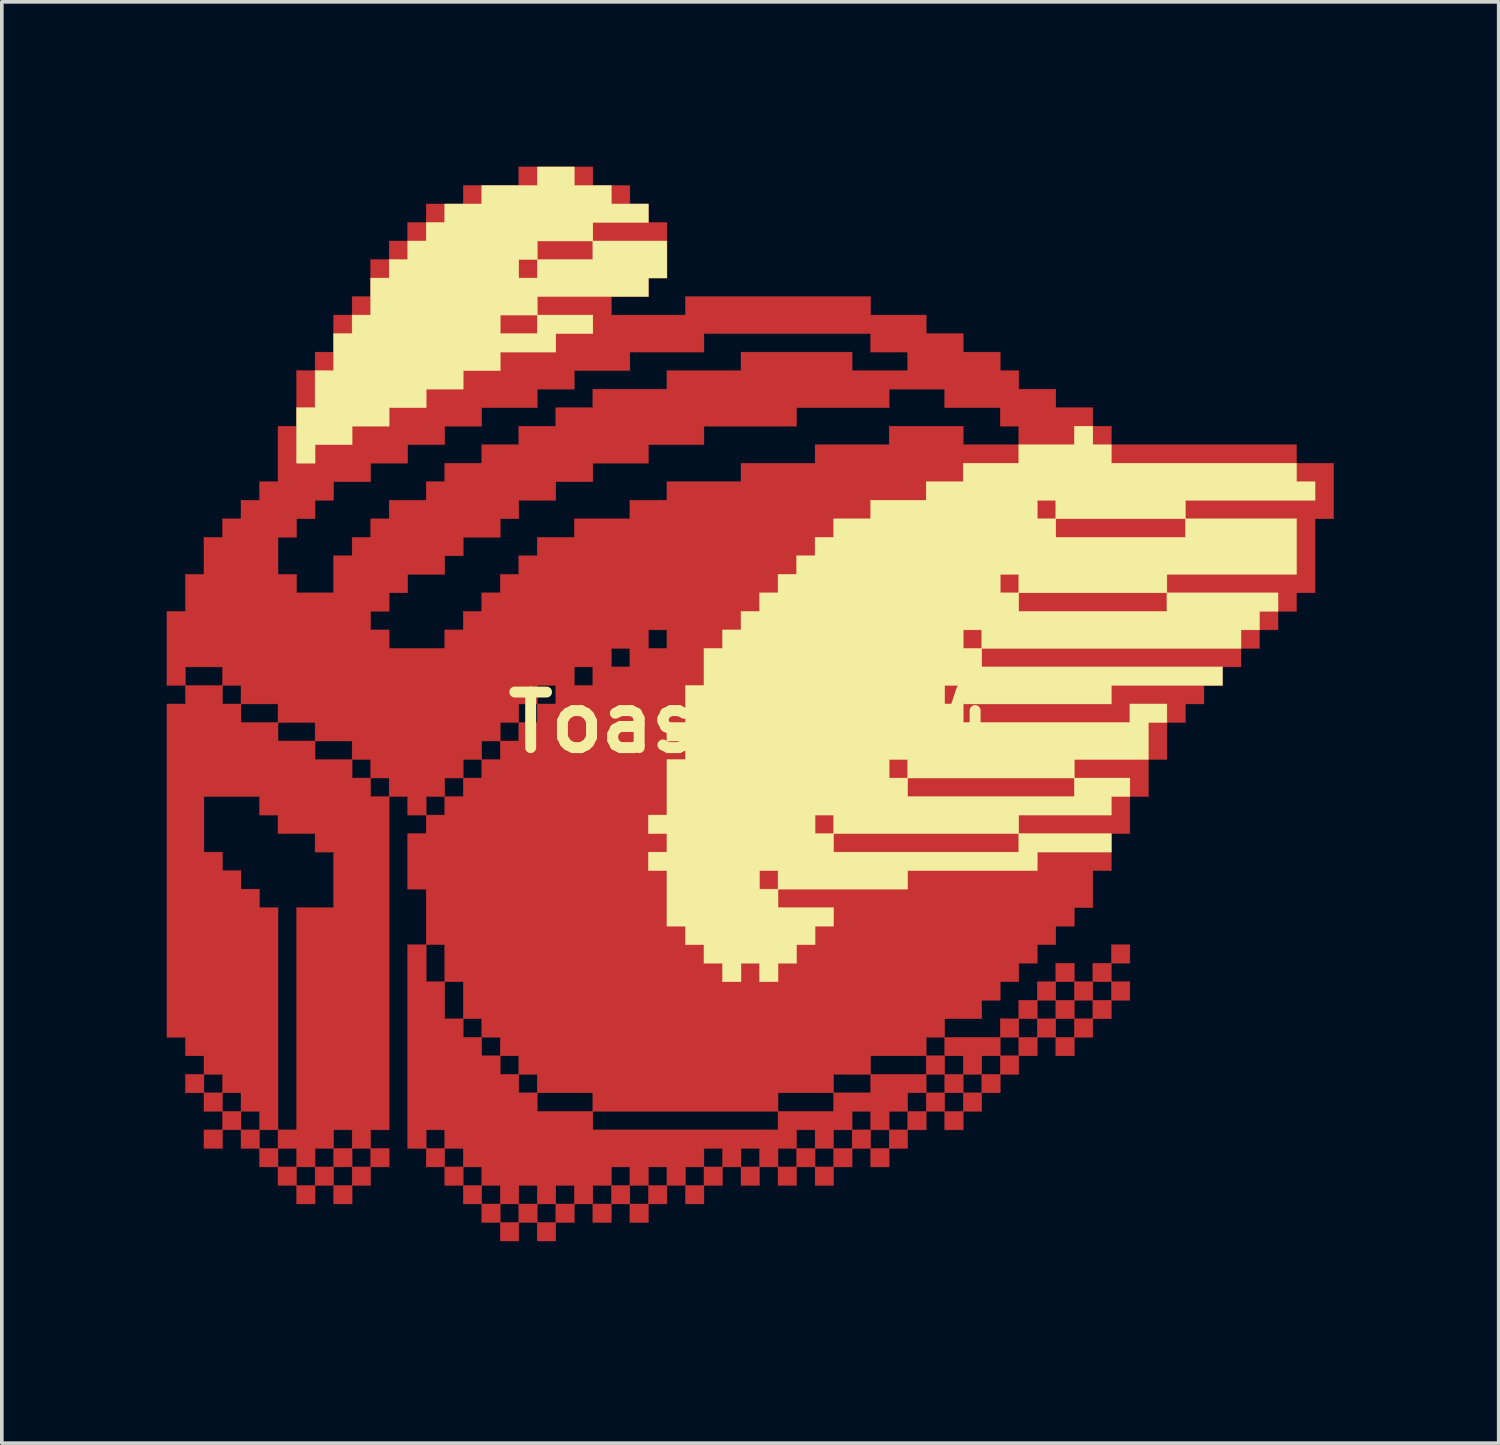
<source format=kicad_pcb>
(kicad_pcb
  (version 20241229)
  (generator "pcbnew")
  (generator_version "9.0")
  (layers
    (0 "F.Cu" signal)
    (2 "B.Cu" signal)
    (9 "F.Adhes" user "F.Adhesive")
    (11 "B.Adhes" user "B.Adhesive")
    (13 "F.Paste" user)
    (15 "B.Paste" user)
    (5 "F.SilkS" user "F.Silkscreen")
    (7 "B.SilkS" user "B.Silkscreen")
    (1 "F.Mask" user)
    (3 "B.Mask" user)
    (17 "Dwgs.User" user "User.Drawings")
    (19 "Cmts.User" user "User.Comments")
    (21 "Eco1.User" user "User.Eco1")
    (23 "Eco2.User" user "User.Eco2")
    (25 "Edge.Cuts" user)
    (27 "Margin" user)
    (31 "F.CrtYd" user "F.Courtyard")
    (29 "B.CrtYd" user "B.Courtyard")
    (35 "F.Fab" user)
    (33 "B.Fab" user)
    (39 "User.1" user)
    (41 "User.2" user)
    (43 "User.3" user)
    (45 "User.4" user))
  (footprint "Toasty_rev4"
    (layer "F.Cu")
    (at 17.531 16.769)
    (property "Reference" "Toasty_rev4" (at 0 0 0) (layer "F.SilkS") (effects (font (size 1.524 1.524) (thickness 0.3))))
    (attr through_hole)
    (fp_poly (pts (xy -15.494 10.16) (xy -15.494 9.652) (xy -14.986 9.652) (xy -14.986 10.16) (xy -15.494 10.16)) (stroke (width 0.01) (type solid)) (fill yes) (layer "F.Cu"))
    (fp_poly (pts (xy -14.986 10.668) (xy -14.986 10.16) (xy -14.478 10.16) (xy -14.478 10.668) (xy -14.986 10.668)) (stroke (width 0.01) (type solid)) (fill yes) (layer "F.Cu"))
    (fp_poly (pts (xy -14.478 10.668) (xy -13.97 10.668) (xy -13.97 11.176) (xy -14.478 11.176) (xy -14.478 10.668)) (stroke (width 0.01) (type solid)) (fill yes) (layer "F.Cu"))
    (fp_poly (pts (xy -14.478 11.684) (xy -14.986 11.684) (xy -14.986 11.176) (xy -14.478 11.176) (xy -14.478 11.684)) (stroke (width 0.01) (type solid)) (fill yes) (layer "F.Cu"))
    (fp_poly (pts (xy -10.922 12.192) (xy -11.43 12.192) (xy -11.43 11.684) (xy -10.922 11.684) (xy -10.922 12.192)) (stroke (width 0.01) (type solid)) (fill yes) (layer "F.Cu"))
    (fp_poly (pts (xy 1.27 12.192) (xy 1.27 11.684) (xy 1.778 11.684) (xy 1.778 12.192) (xy 1.27 12.192)) (stroke (width 0.01) (type solid)) (fill yes) (layer "F.Cu"))
    (fp_poly (pts (xy 1.27 12.7) (xy 0.762 12.7) (xy 0.762 12.192) (xy 1.27 12.192) (xy 1.27 12.7)) (stroke (width 0.01) (type solid)) (fill yes) (layer "F.Cu"))
    (fp_poly (pts (xy 2.286 12.7) (xy 1.778 12.7) (xy 1.778 12.192) (xy 2.286 12.192) (xy 2.286 12.7)) (stroke (width 0.01) (type solid)) (fill yes) (layer "F.Cu"))
    (fp_poly (pts (xy 2.794 11.684) (xy 2.794 11.176) (xy 3.302 11.176) (xy 3.302 11.684) (xy 2.794 11.684)) (stroke (width 0.01) (type solid)) (fill yes) (layer "F.Cu"))
    (fp_poly (pts (xy 2.794 12.192) (xy 2.286 12.192) (xy 2.286 11.684) (xy 2.794 11.684) (xy 2.794 12.192)) (stroke (width 0.01) (type solid)) (fill yes) (layer "F.Cu"))
    (fp_poly (pts (xy 3.81 12.192) (xy 3.302 12.192) (xy 3.302 11.684) (xy 3.81 11.684) (xy 3.81 12.192)) (stroke (width 0.01) (type solid)) (fill yes) (layer "F.Cu"))
    (fp_poly (pts (xy 4.318 11.684) (xy 3.81 11.684) (xy 3.81 11.176) (xy 4.318 11.176) (xy 4.318 11.684)) (stroke (width 0.01) (type solid)) (fill yes) (layer "F.Cu"))
    (fp_poly (pts (xy 4.826 9.652) (xy 4.826 9.144) (xy 5.334 9.144) (xy 5.334 9.652) (xy 4.826 9.652)) (stroke (width 0.01) (type solid)) (fill yes) (layer "F.Cu"))
    (fp_poly (pts (xy 4.826 10.668) (xy 4.826 10.16) (xy 5.334 10.16) (xy 5.334 10.668) (xy 4.826 10.668)) (stroke (width 0.01) (type solid)) (fill yes) (layer "F.Cu"))
    (fp_poly (pts (xy 4.826 11.176) (xy 4.318 11.176) (xy 4.318 10.668) (xy 4.826 10.668) (xy 4.826 11.176)) (stroke (width 0.01) (type solid)) (fill yes) (layer "F.Cu"))
    (fp_poly (pts (xy 5.842 9.652) (xy 5.842 10.16) (xy 5.334 10.16) (xy 5.334 9.652) (xy 5.842 9.652)) (stroke (width 0.01) (type solid)) (fill yes) (layer "F.Cu"))
    (fp_poly (pts (xy 5.842 11.176) (xy 5.334 11.176) (xy 5.334 10.668) (xy 5.842 10.668) (xy 5.842 11.176)) (stroke (width 0.01) (type solid)) (fill yes) (layer "F.Cu"))
    (fp_poly (pts (xy 6.35 10.668) (xy 5.842 10.668) (xy 5.842 10.16) (xy 6.35 10.16) (xy 6.35 10.668)) (stroke (width 0.01) (type solid)) (fill yes) (layer "F.Cu"))
    (fp_poly (pts (xy 6.858 10.16) (xy 6.35 10.16) (xy 6.35 9.652) (xy 6.858 9.652) (xy 6.858 10.16)) (stroke (width 0.01) (type solid)) (fill yes) (layer "F.Cu"))
    (fp_poly (pts (xy 7.366 8.636) (xy 6.858 8.636) (xy 6.858 8.128) (xy 7.366 8.128) (xy 7.366 8.636)) (stroke (width 0.01) (type solid)) (fill yes) (layer "F.Cu"))
    (fp_poly (pts (xy 7.366 9.652) (xy 6.858 9.652) (xy 6.858 9.144) (xy 7.366 9.144) (xy 7.366 9.652)) (stroke (width 0.01) (type solid)) (fill yes) (layer "F.Cu"))
    (fp_poly (pts (xy 7.874 8.128) (xy 7.366 8.128) (xy 7.366 7.62) (xy 7.874 7.62) (xy 7.874 8.128)) (stroke (width 0.01) (type solid)) (fill yes) (layer "F.Cu"))
    (fp_poly (pts (xy 7.874 8.636) (xy 7.874 8.128) (xy 8.382 8.128) (xy 8.382 8.636) (xy 7.874 8.636)) (stroke (width 0.01) (type solid)) (fill yes) (layer "F.Cu"))
    (fp_poly (pts (xy 7.874 9.144) (xy 7.366 9.144) (xy 7.366 8.636) (xy 7.874 8.636) (xy 7.874 9.144)) (stroke (width 0.01) (type solid)) (fill yes) (layer "F.Cu"))
    (fp_poly (pts (xy 8.382 7.112) (xy 8.382 6.604) (xy 8.89 6.604) (xy 8.89 7.112) (xy 8.382 7.112)) (stroke (width 0.01) (type solid)) (fill yes) (layer "F.Cu"))
    (fp_poly (pts (xy 8.382 7.62) (xy 7.874 7.62) (xy 7.874 7.112) (xy 8.382 7.112) (xy 8.382 7.62)) (stroke (width 0.01) (type solid)) (fill yes) (layer "F.Cu"))
    (fp_poly (pts (xy 8.89 8.128) (xy 8.382 8.128) (xy 8.382 7.62) (xy 8.89 7.62) (xy 8.89 8.128)) (stroke (width 0.01) (type solid)) (fill yes) (layer "F.Cu"))
    (fp_poly (pts (xy 8.89 9.144) (xy 8.382 9.144) (xy 8.382 8.636) (xy 8.89 8.636) (xy 8.89 9.144)) (stroke (width 0.01) (type solid)) (fill yes) (layer "F.Cu"))
    (fp_poly (pts (xy 9.398 7.62) (xy 8.89 7.62) (xy 8.89 7.112) (xy 9.398 7.112) (xy 9.398 7.62)) (stroke (width 0.01) (type solid)) (fill yes) (layer "F.Cu"))
    (fp_poly (pts (xy 9.398 8.636) (xy 8.89 8.636) (xy 8.89 8.128) (xy 9.398 8.128) (xy 9.398 8.636)) (stroke (width 0.01) (type solid)) (fill yes) (layer "F.Cu"))
    (fp_poly (pts (xy 9.906 6.096) (xy 10.414 6.096) (xy 10.414 6.604) (xy 9.906 6.604) (xy 9.906 6.096)) (stroke (width 0.01) (type solid)) (fill yes) (layer "F.Cu"))
    (fp_poly (pts (xy 9.906 7.112) (xy 9.398 7.112) (xy 9.398 6.604) (xy 9.906 6.604) (xy 9.906 7.112)) (stroke (width 0.01) (type solid)) (fill yes) (layer "F.Cu"))
    (fp_poly (pts (xy 9.906 7.112) (xy 10.414 7.112) (xy 10.414 7.62) (xy 9.906 7.62) (xy 9.906 7.112)) (stroke (width 0.01) (type solid)) (fill yes) (layer "F.Cu"))
    (fp_poly (pts (xy 9.906 8.128) (xy 9.398 8.128) (xy 9.398 7.62) (xy 9.906 7.62) (xy 9.906 8.128)) (stroke (width 0.01) (type solid)) (fill yes) (layer "F.Cu"))
    (fp_poly (pts (xy 6.858 9.144) (xy 6.35 9.144) (xy 6.35 9.652) (xy 5.842 9.652) (xy 5.842 9.144) (xy 5.334 9.144) (xy 5.334 8.636) (xy 6.858 8.636) (xy 6.858 9.144)) (stroke (width 0.01) (type solid)) (fill yes) (layer "F.Cu"))
    (fp_poly (pts (xy 0.254 12.192) (xy 0.254 12.7) (xy -0.254 12.7) (xy -0.254 12.192) (xy -0.762 12.192) (xy -0.762 12.7) (xy -1.27 12.7) (xy -1.27 13.208) (xy -1.778 13.208) (xy -1.778 12.7) (xy -2.286 12.7) (xy -2.286 13.208) (xy -2.794 13.208) (xy -2.794 13.716) (xy -3.302 13.716) (xy -3.302 13.208) (xy -3.81 13.208) (xy -3.81 13.716) (xy -4.318 13.716) (xy -4.318 13.208) (xy -4.826 13.208) (xy -4.826 13.716) (xy -5.334 13.716) (xy -5.334 14.224) (xy -5.842 14.224) (xy -5.842 13.716) (xy -6.35 13.716) (xy -6.35 14.224) (xy -6.858 14.224) (xy -6.858 13.716) (xy -7.366 13.716) (xy -7.366 13.208) (xy -7.874 13.208) (xy -7.874 12.7) (xy -8.382 12.7) (xy -8.382 12.192) (xy -8.89 12.192) (xy -8.89 11.684) (xy -9.398 11.684) (xy -9.398 11.176) (xy -8.89 11.176) (xy -8.89 11.684) (xy -8.382 11.684) (xy -8.382 12.192) (xy -7.874 12.192) (xy -7.874 12.7) (xy -7.366 12.7) (xy -7.366 13.208) (xy -6.858 13.208) (xy -6.858 13.716) (xy -6.35 13.716) (xy -6.35 13.208) (xy -6.858 13.208) (xy -6.858 12.7) (xy -6.35 12.7) (xy -6.35 13.208) (xy -5.842 13.208) (xy -5.842 13.716) (xy -5.334 13.716) (xy -5.334 13.208) (xy -5.842 13.208) (xy -5.842 12.7) (xy -5.334 12.7) (xy -5.334 13.208) (xy -4.826 13.208) (xy -4.826 12.7) (xy -4.318 12.7) (xy -4.318 13.208) (xy -3.81 13.208) (xy -3.81 12.7) (xy -4.318 12.7) (xy -4.826 12.7) (xy -5.334 12.7) (xy -5.842 12.7) (xy -6.35 12.7) (xy -6.858 12.7) (xy -7.366 12.7) (xy -7.366 12.192) (xy -3.81 12.192) (xy -3.81 12.7) (xy -3.302 12.7) (xy -3.302 13.208) (xy -2.794 13.208) (xy -2.794 12.7) (xy -3.302 12.7) (xy -3.302 12.192) (xy -2.794 12.192) (xy -2.794 12.7) (xy -2.286 12.7) (xy -2.286 12.192) (xy -1.778 12.192) (xy -1.778 12.7) (xy -1.27 12.7) (xy -1.27 12.192) (xy -1.778 12.192) (xy -2.286 12.192) (xy -2.794 12.192) (xy -3.302 12.192) (xy -3.81 12.192) (xy -7.366 12.192) (xy -7.874 12.192) (xy -7.874 11.684) (xy -1.27 11.684) (xy -1.27 12.192) (xy -0.762 12.192) (xy -0.762 11.684) (xy -0.254 11.684) (xy -0.254 12.192) (xy 0.254 12.192) (xy 0.254 11.684) (xy -0.254 11.684) (xy -0.762 11.684) (xy -1.27 11.684) (xy -7.874 11.684) (xy -8.382 11.684) (xy -8.382 11.176) (xy -8.89 11.176) (xy -9.398 11.176) (xy -9.398 6.096) (xy -8.89 6.096) (xy -8.89 7.112) (xy -8.382 7.112) (xy -8.382 8.128) (xy -7.874 8.128) (xy -7.874 8.636) (xy -7.366 8.636) (xy -7.366 9.144) (xy -6.858 9.144) (xy -6.858 9.652) (xy -6.35 9.652) (xy -6.35 10.16) (xy -5.842 10.16) (xy -5.842 10.668) (xy -4.318 10.668) (xy -4.318 11.176) (xy 0.762 11.176) (xy 0.762 10.668) (xy 2.286 10.668) (xy 2.286 10.16) (xy 3.302 10.16) (xy 3.302 9.652) (xy 4.826 9.652) (xy 4.826 10.16) (xy 4.318 10.16) (xy 4.318 10.668) (xy 3.81 10.668) (xy 3.81 11.176) (xy 3.302 11.176) (xy 3.302 10.668) (xy 2.794 10.668) (xy 2.794 11.176) (xy 2.286 11.176) (xy 2.286 11.684) (xy 1.778 11.684) (xy 1.778 11.176) (xy 1.27 11.176) (xy 1.27 11.684) (xy 0.762 11.684) (xy 0.762 12.192) (xy 0.254 12.192)) (stroke (width 0.01) (type solid)) (fill yes) (layer "F.Cu"))
    (fp_poly (pts (xy 4.826 8.636) (xy 4.826 9.144) (xy 3.302 9.144) (xy 3.302 9.652) (xy 2.286 9.652) (xy 2.286 10.16) (xy 0.762 10.16) (xy 0.762 10.668) (xy -4.318 10.668) (xy -4.318 10.16) (xy -5.842 10.16) (xy -5.842 9.652) (xy -6.35 9.652) (xy -6.35 9.144) (xy -6.858 9.144) (xy -6.858 8.636) (xy -7.366 8.636) (xy -7.366 8.128) (xy -7.874 8.128) (xy -7.874 7.112) (xy -8.382 7.112) (xy -8.382 6.096) (xy -8.89 6.096) (xy -8.89 4.572) (xy -9.398 4.572) (xy -9.398 3.048) (xy -8.89 3.048) (xy -8.89 2.54) (xy -9.398 2.54) (xy -9.398 2.032) (xy -8.89 2.032) (xy -8.89 2.54) (xy -8.382 2.54) (xy -8.382 2.032) (xy -8.89 2.032) (xy -9.398 2.032) (xy -9.906 2.032) (xy -9.906 11.176) (xy -10.414 11.176) (xy -10.414 11.684) (xy -9.906 11.684) (xy -9.906 12.192) (xy -10.414 12.192) (xy -10.414 12.7) (xy -10.922 12.7) (xy -10.922 13.208) (xy -11.43 13.208) (xy -11.43 12.7) (xy -11.938 12.7) (xy -11.938 13.208) (xy -12.446 13.208) (xy -12.446 12.7) (xy -12.954 12.7) (xy -12.954 12.192) (xy -13.462 12.192) (xy -13.462 11.684) (xy -13.97 11.684) (xy -13.97 11.176) (xy -13.462 11.176) (xy -13.462 11.684) (xy -12.954 11.684) (xy -12.954 12.192) (xy -12.446 12.192) (xy -12.446 12.7) (xy -11.938 12.7) (xy -11.938 12.192) (xy -12.446 12.192) (xy -12.446 11.684) (xy -11.938 11.684) (xy -11.938 12.192) (xy -11.43 12.192) (xy -11.43 12.7) (xy -10.922 12.7) (xy -10.922 12.192) (xy -10.414 12.192) (xy -10.414 11.684) (xy -10.922 11.684) (xy -10.922 11.176) (xy -11.43 11.176) (xy -11.43 11.684) (xy -11.938 11.684) (xy -12.446 11.684) (xy -12.954 11.684) (xy -12.954 11.176) (xy -13.462 11.176) (xy -13.462 10.668) (xy -13.97 10.668) (xy -13.97 10.16) (xy -14.478 10.16) (xy -14.478 9.652) (xy -14.986 9.652) (xy -14.986 9.144) (xy -15.494 9.144) (xy -15.494 8.636) (xy -16.002 8.636) (xy -16.002 2.032) (xy -14.986 2.032) (xy -14.986 3.556) (xy -14.478 3.556) (xy -14.478 4.064) (xy -13.97 4.064) (xy -13.97 4.572) (xy -13.462 4.572) (xy -13.462 5.08) (xy -12.954 5.08) (xy -12.954 11.176) (xy -12.446 11.176) (xy -12.446 5.08) (xy -11.43 5.08) (xy -11.43 3.556) (xy -11.938 3.556) (xy -11.938 3.048) (xy -12.954 3.048) (xy -12.954 2.54) (xy -13.462 2.54) (xy -13.462 2.032) (xy -10.414 2.032) (xy -9.906 2.032) (xy -9.906 1.524) (xy -8.382 1.524) (xy -8.382 2.032) (xy -7.874 2.032) (xy -7.874 1.524) (xy -8.382 1.524) (xy -9.906 1.524) (xy -10.414 1.524) (xy -10.414 2.032) (xy -13.462 2.032) (xy -14.986 2.032) (xy -16.002 2.032) (xy -16.002 -0.508) (xy -15.494 -0.508) (xy -15.494 -1.016) (xy -16.002 -1.016) (xy -16.002 -1.524) (xy -15.494 -1.524) (xy -15.494 -1.016) (xy -14.478 -1.016) (xy -14.478 -0.508) (xy -13.97 -0.508) (xy -13.97 0) (xy -12.954 0) (xy -12.954 0.508) (xy -11.938 0.508) (xy -11.938 1.016) (xy -10.922 1.016) (xy -10.922 1.524) (xy -10.414 1.524) (xy -10.414 1.016) (xy -7.874 1.016) (xy -7.874 1.524) (xy -7.366 1.524) (xy -7.366 1.016) (xy -7.874 1.016) (xy -10.414 1.016) (xy -10.922 1.016) (xy -10.922 0.508) (xy -7.366 0.508) (xy -7.366 1.016) (xy -6.858 1.016) (xy -6.858 0.508) (xy -7.366 0.508) (xy -10.922 0.508) (xy -11.938 0.508) (xy -11.938 0) (xy -6.858 0) (xy -6.858 0.508) (xy -6.35 0.508) (xy -6.35 0) (xy -6.858 0) (xy -11.938 0) (xy -12.954 0) (xy -12.954 -0.508) (xy -6.35 -0.508) (xy -6.35 0) (xy -5.842 0) (xy -5.842 -0.508) (xy -6.35 -0.508) (xy -12.954 -0.508) (xy -13.97 -0.508) (xy -13.97 -1.016) (xy -5.842 -1.016) (xy -5.842 -0.508) (xy -5.334 -0.508) (xy -5.334 -1.016) (xy -5.842 -1.016) (xy -13.97 -1.016) (xy -14.478 -1.016) (xy -14.478 -1.524) (xy -4.826 -1.524) (xy -4.826 -1.016) (xy -4.318 -1.016) (xy -4.318 -1.524) (xy -4.826 -1.524) (xy -14.478 -1.524) (xy -15.494 -1.524) (xy -16.002 -1.524) (xy -16.002 -3.048) (xy -15.494 -3.048) (xy -10.414 -3.048) (xy -10.414 -2.54) (xy -9.906 -2.54) (xy -9.906 -2.032) (xy -8.382 -2.032) (xy -3.81 -2.032) (xy -3.81 -1.524) (xy -3.302 -1.524) (xy -3.302 -2.032) (xy -3.81 -2.032) (xy -8.382 -2.032) (xy -8.382 -2.54) (xy -7.874 -2.54) (xy -2.794 -2.54) (xy -2.794 -2.032) (xy -2.286 -2.032) (xy -2.286 -2.54) (xy -2.794 -2.54) (xy -7.874 -2.54) (xy -7.874 -3.048) (xy -7.366 -3.048) (xy -7.366 -3.556) (xy -6.858 -3.556) (xy -6.858 -4.064) (xy -6.35 -4.064) (xy -6.35 -4.572) (xy -5.842 -4.572) (xy -5.842 -5.08) (xy -4.826 -5.08) (xy -4.826 -5.588) (xy -3.302 -5.588) (xy -3.302 -6.096) (xy -2.286 -6.096) (xy -2.286 -6.604) (xy -0.254 -6.604) (xy -0.254 -7.112) (xy 1.778 -7.112) (xy 1.778 -7.62) (xy 3.81 -7.62) (xy 3.81 -8.128) (xy 5.842 -8.128) (xy 5.842 -7.62) (xy 7.366 -7.62) (xy 7.366 -8.128) (xy 6.858 -8.128) (xy 6.858 -8.636) (xy 5.334 -8.636) (xy 5.334 -9.144) (xy 3.81 -9.144) (xy 3.81 -8.636) (xy 1.27 -8.636) (xy 1.27 -8.128) (xy -1.27 -8.128) (xy -1.27 -7.62) (xy -2.794 -7.62) (xy -2.794 -7.112) (xy -4.318 -7.112) (xy -4.318 -6.604) (xy -5.334 -6.604) (xy -5.334 -6.096) (xy -6.35 -6.096) (xy -6.35 -5.588) (xy -6.858 -5.588) (xy -6.858 -5.08) (xy -7.874 -5.08) (xy -7.874 -4.572) (xy -8.382 -4.572) (xy -8.382 -4.064) (xy -9.398 -4.064) (xy -9.398 -3.556) (xy -9.906 -3.556) (xy -9.906 -3.048) (xy -10.414 -3.048) (xy -15.494 -3.048) (xy -15.494 -4.064) (xy -14.986 -4.064) (xy -14.986 -5.08) (xy -14.478 -5.08) (xy -12.954 -5.08) (xy -12.954 -4.064) (xy -12.446 -4.064) (xy -12.446 -3.556) (xy -11.43 -3.556) (xy -11.43 -4.572) (xy -10.922 -4.572) (xy -10.922 -5.08) (xy -10.414 -5.08) (xy -10.414 -5.588) (xy -9.906 -5.588) (xy -9.906 -6.096) (xy -8.89 -6.096) (xy -8.89 -6.604) (xy -8.382 -6.604) (xy -8.382 -7.112) (xy -7.366 -7.112) (xy -7.366 -7.62) (xy -6.35 -7.62) (xy -6.35 -8.128) (xy -5.334 -8.128) (xy -5.334 -8.636) (xy -4.318 -8.636) (xy -4.318 -9.144) (xy -2.286 -9.144) (xy -2.286 -9.652) (xy -0.254 -9.652) (xy -0.254 -10.16) (xy 2.794 -10.16) (xy 2.794 -9.652) (xy 4.318 -9.652) (xy 4.318 -10.16) (xy 3.302 -10.16) (xy 3.302 -10.668) (xy -1.27 -10.668) (xy -1.27 -10.16) (xy -3.302 -10.16) (xy -3.302 -9.652) (xy -4.826 -9.652) (xy -4.826 -9.144) (xy -5.842 -9.144) (xy -5.842 -8.636) (xy -7.366 -8.636) (xy -7.366 -8.128) (xy -8.382 -8.128) (xy -8.382 -7.62) (xy -9.398 -7.62) (xy -9.398 -7.112) (xy -10.414 -7.112) (xy -10.414 -6.604) (xy -11.43 -6.604) (xy -11.43 -6.096) (xy -11.938 -6.096) (xy -11.938 -5.588) (xy -12.446 -5.588) (xy -12.446 -5.08) (xy -12.954 -5.08) (xy -14.478 -5.08) (xy -14.478 -5.588) (xy -13.97 -5.588) (xy -13.97 -6.096) (xy -13.462 -6.096) (xy -13.462 -6.604) (xy -12.954 -6.604) (xy -12.954 -8.128) (xy -12.446 -8.128) (xy -12.446 -9.652) (xy -11.938 -9.652) (xy -11.938 -10.16) (xy -11.43 -10.16) (xy -11.43 -11.176) (xy -10.922 -11.176) (xy -10.922 -11.684) (xy -10.414 -11.684) (xy -10.414 -12.7) (xy -9.906 -12.7) (xy -9.906 -13.208) (xy -9.398 -13.208) (xy -9.398 -13.716) (xy -8.89 -13.716) (xy -8.89 -14.224) (xy -7.874 -14.224) (xy -7.874 -14.732) (xy -6.35 -14.732) (xy -6.35 -15.24) (xy -4.318 -15.24) (xy -4.318 -14.732) (xy -3.302 -14.732) (xy -3.302 -14.224) (xy -2.794 -14.224) (xy -2.794 -13.716) (xy -2.286 -13.716) (xy -2.286 -12.192) (xy -2.794 -12.192) (xy -2.794 -11.684) (xy -3.81 -11.684) (xy -3.81 -11.176) (xy -1.778 -11.176) (xy -1.778 -11.684) (xy 3.302 -11.684) (xy 3.302 -11.176) (xy 4.826 -11.176) (xy 4.826 -10.668) (xy 5.842 -10.668) (xy 5.842 -10.16) (xy 6.858 -10.16) (xy 6.858 -9.652) (xy 7.366 -9.652) (xy 7.366 -9.144) (xy 8.382 -9.144) (xy 8.382 -8.636) (xy 9.398 -8.636) (xy 9.398 -8.128) (xy 9.906 -8.128) (xy 9.906 -7.62) (xy 14.986 -7.62) (xy 14.986 -7.112) (xy 16.002 -7.112) (xy 16.002 -5.588) (xy 15.494 -5.588) (xy 15.494 -3.556) (xy 14.986 -3.556) (xy 14.986 -3.048) (xy 14.478 -3.048) (xy 14.478 -2.54) (xy 13.97 -2.54) (xy 13.97 -2.032) (xy 13.462 -2.032) (xy 13.462 -1.524) (xy 12.954 -1.524) (xy 12.954 -1.016) (xy 12.446 -1.016) (xy 12.446 -0.508) (xy 11.938 -0.508) (xy 11.938 0) (xy 11.43 0) (xy 11.43 1.016) (xy 10.922 1.016) (xy 10.922 2.032) (xy 10.414 2.032) (xy 10.414 3.048) (xy 9.906 3.048) (xy 9.906 4.064) (xy 9.398 4.064) (xy 9.398 5.08) (xy 8.89 5.08) (xy 8.89 5.588) (xy 8.382 5.588) (xy 8.382 6.096) (xy 7.874 6.096) (xy 7.874 6.604) (xy 7.366 6.604) (xy 7.366 7.112) (xy 6.858 7.112) (xy 6.858 7.62) (xy 6.35 7.62) (xy 6.35 8.128) (xy 5.334 8.128) (xy 5.334 8.636) (xy 4.826 8.636)) (stroke (width 0.01) (type solid)) (fill yes) (layer "F.Cu"))
    (fp_poly (pts (xy -15.494 -1.016) (xy -15.494 -1.524) (xy -14.478 -1.524) (xy -14.478 -1.016) (xy -15.494 -1.016)) (stroke (width 0.01) (type solid)) (fill yes) (layer "F.Mask"))
    (fp_poly (pts (xy -14.986 10.16) (xy -14.986 9.652) (xy -14.478 9.652) (xy -14.478 10.16) (xy -14.986 10.16)) (stroke (width 0.01) (type solid)) (fill yes) (layer "F.Mask"))
    (fp_poly (pts (xy -14.478 -0.508) (xy -14.478 -1.016) (xy -13.97 -1.016) (xy -13.97 -0.508) (xy -14.478 -0.508)) (stroke (width 0.01) (type solid)) (fill yes) (layer "F.Mask"))
    (fp_poly (pts (xy -13.97 0) (xy -13.97 -0.508) (xy -12.954 -0.508) (xy -12.954 0) (xy -13.97 0)) (stroke (width 0.01) (type solid)) (fill yes) (layer "F.Mask"))
    (fp_poly (pts (xy -13.97 10.16) (xy -13.97 10.668) (xy -14.478 10.668) (xy -14.478 10.16) (xy -13.97 10.16)) (stroke (width 0.01) (type solid)) (fill yes) (layer "F.Mask"))
    (fp_poly (pts (xy -12.954 0.508) (xy -12.954 0) (xy -11.938 0) (xy -11.938 0.508) (xy -12.954 0.508)) (stroke (width 0.01) (type solid)) (fill yes) (layer "F.Mask"))
    (fp_poly (pts (xy -12.954 12.192) (xy -12.954 11.684) (xy -12.446 11.684) (xy -12.446 12.192) (xy -12.954 12.192)) (stroke (width 0.01) (type solid)) (fill yes) (layer "F.Mask"))
    (fp_poly (pts (xy -11.938 1.016) (xy -11.938 0.508) (xy -10.922 0.508) (xy -10.922 1.016) (xy -11.938 1.016)) (stroke (width 0.01) (type solid)) (fill yes) (layer "F.Mask"))
    (fp_poly (pts (xy -11.938 12.7) (xy -12.446 12.7) (xy -12.446 12.192) (xy -11.938 12.192) (xy -11.938 12.7)) (stroke (width 0.01) (type solid)) (fill yes) (layer "F.Mask"))
    (fp_poly (pts (xy -11.43 11.176) (xy -10.922 11.176) (xy -10.922 11.684) (xy -11.43 11.684) (xy -11.43 11.176)) (stroke (width 0.01) (type solid)) (fill yes) (layer "F.Mask"))
    (fp_poly (pts (xy -11.43 12.192) (xy -11.938 12.192) (xy -11.938 11.684) (xy -11.43 11.684) (xy -11.43 12.192)) (stroke (width 0.01) (type solid)) (fill yes) (layer "F.Mask"))
    (fp_poly (pts (xy -10.922 1.524) (xy -10.922 1.016) (xy -10.414 1.016) (xy -10.414 1.524) (xy -10.922 1.524)) (stroke (width 0.01) (type solid)) (fill yes) (layer "F.Mask"))
    (fp_poly (pts (xy -10.922 11.684) (xy -10.414 11.684) (xy -10.414 12.192) (xy -10.922 12.192) (xy -10.922 11.684)) (stroke (width 0.01) (type solid)) (fill yes) (layer "F.Mask"))
    (fp_poly (pts (xy -10.922 12.7) (xy -11.43 12.7) (xy -11.43 12.192) (xy -10.922 12.192) (xy -10.922 12.7)) (stroke (width 0.01) (type solid)) (fill yes) (layer "F.Mask"))
    (fp_poly (pts (xy -9.906 1.524) (xy -9.906 2.032) (xy -10.414 2.032) (xy -10.414 1.524) (xy -9.906 1.524)) (stroke (width 0.01) (type solid)) (fill yes) (layer "F.Mask"))
    (fp_poly (pts (xy -8.89 11.684) (xy -8.89 11.176) (xy -8.382 11.176) (xy -8.382 11.684) (xy -8.89 11.684)) (stroke (width 0.01) (type solid)) (fill yes) (layer "F.Mask"))
    (fp_poly (pts (xy -8.382 5.588) (xy -7.874 5.588) (xy -7.874 6.096) (xy -8.382 6.096) (xy -8.382 5.588)) (stroke (width 0.01) (type solid)) (fill yes) (layer "F.Mask"))
    (fp_poly (pts (xy -8.382 7.112) (xy -8.89 7.112) (xy -8.89 6.096) (xy -8.382 6.096) (xy -8.382 7.112)) (stroke (width 0.01) (type solid)) (fill yes) (layer "F.Mask"))
    (fp_poly (pts (xy -8.382 12.192) (xy -8.382 11.684) (xy -7.874 11.684) (xy -7.874 12.192) (xy -8.382 12.192)) (stroke (width 0.01) (type solid)) (fill yes) (layer "F.Mask"))
    (fp_poly (pts (xy -7.874 7.112) (xy -7.874 6.096) (xy -7.366 6.096) (xy -7.366 7.112) (xy -7.874 7.112)) (stroke (width 0.01) (type solid)) (fill yes) (layer "F.Mask"))
    (fp_poly (pts (xy -7.874 7.112) (xy -7.874 8.128) (xy -8.382 8.128) (xy -8.382 7.112) (xy -7.874 7.112)) (stroke (width 0.01) (type solid)) (fill yes) (layer "F.Mask"))
    (fp_poly (pts (xy -7.874 12.7) (xy -7.874 12.192) (xy -7.366 12.192) (xy -7.366 12.7) (xy -7.874 12.7)) (stroke (width 0.01) (type solid)) (fill yes) (layer "F.Mask"))
    (fp_poly (pts (xy -7.366 8.128) (xy -7.366 8.636) (xy -7.874 8.636) (xy -7.874 8.128) (xy -7.366 8.128)) (stroke (width 0.01) (type solid)) (fill yes) (layer "F.Mask"))
    (fp_poly (pts (xy -7.366 13.208) (xy -7.366 12.7) (xy -6.858 12.7) (xy -6.858 13.208) (xy -7.366 13.208)) (stroke (width 0.01) (type solid)) (fill yes) (layer "F.Mask"))
    (fp_poly (pts (xy -6.858 7.112) (xy -6.858 7.62) (xy -7.366 7.62) (xy -7.366 7.112) (xy -6.858 7.112)) (stroke (width 0.01) (type solid)) (fill yes) (layer "F.Mask"))
    (fp_poly (pts (xy -6.35 13.208) (xy -6.35 12.7) (xy -5.842 12.7) (xy -5.842 13.208) (xy -6.35 13.208)) (stroke (width 0.01) (type solid)) (fill yes) (layer "F.Mask"))
    (fp_poly (pts (xy -6.35 13.716) (xy -6.858 13.716) (xy -6.858 13.208) (xy -6.35 13.208) (xy -6.35 13.716)) (stroke (width 0.01) (type solid)) (fill yes) (layer "F.Mask"))
    (fp_poly (pts (xy -5.334 12.7) (xy -4.826 12.7) (xy -4.826 13.208) (xy -5.334 13.208) (xy -5.334 12.7)) (stroke (width 0.01) (type solid)) (fill yes) (layer "F.Mask"))
    (fp_poly (pts (xy -5.334 13.716) (xy -5.842 13.716) (xy -5.842 13.208) (xy -5.334 13.208) (xy -5.334 13.716)) (stroke (width 0.01) (type solid)) (fill yes) (layer "F.Mask"))
    (fp_poly (pts (xy -3.81 12.7) (xy -3.81 12.192) (xy -3.302 12.192) (xy -3.302 12.7) (xy -3.81 12.7)) (stroke (width 0.01) (type solid)) (fill yes) (layer "F.Mask"))
    (fp_poly (pts (xy -3.81 13.208) (xy -4.318 13.208) (xy -4.318 12.7) (xy -3.81 12.7) (xy -3.81 13.208)) (stroke (width 0.01) (type solid)) (fill yes) (layer "F.Mask"))
    (fp_poly (pts (xy -2.794 0.508) (xy -2.286 0.508) (xy -2.286 1.016) (xy -2.794 1.016) (xy -2.794 0.508)) (stroke (width 0.01) (type solid)) (fill yes) (layer "F.Mask"))
    (fp_poly (pts (xy -2.794 1.524) (xy -2.286 1.524) (xy -2.286 2.032) (xy -2.794 2.032) (xy -2.794 1.524)) (stroke (width 0.01) (type solid)) (fill yes) (layer "F.Mask"))
    (fp_poly (pts (xy -2.794 12.192) (xy -2.286 12.192) (xy -2.286 12.7) (xy -2.794 12.7) (xy -2.794 12.192)) (stroke (width 0.01) (type solid)) (fill yes) (layer "F.Mask"))
    (fp_poly (pts (xy -2.794 13.208) (xy -3.302 13.208) (xy -3.302 12.7) (xy -2.794 12.7) (xy -2.794 13.208)) (stroke (width 0.01) (type solid)) (fill yes) (layer "F.Mask"))
    (fp_poly (pts (xy -1.27 11.684) (xy -0.762 11.684) (xy -0.762 12.192) (xy -1.27 12.192) (xy -1.27 11.684)) (stroke (width 0.01) (type solid)) (fill yes) (layer "F.Mask"))
    (fp_poly (pts (xy -1.27 12.7) (xy -1.778 12.7) (xy -1.778 12.192) (xy -1.27 12.192) (xy -1.27 12.7)) (stroke (width 0.01) (type solid)) (fill yes) (layer "F.Mask"))
    (fp_poly (pts (xy 0.254 12.192) (xy -0.254 12.192) (xy -0.254 11.684) (xy 0.254 11.684) (xy 0.254 12.192)) (stroke (width 0.01) (type solid)) (fill yes) (layer "F.Mask"))
    (fp_poly (pts (xy 1.27 11.176) (xy 1.778 11.176) (xy 1.778 11.684) (xy 1.27 11.684) (xy 1.27 11.176)) (stroke (width 0.01) (type solid)) (fill yes) (layer "F.Mask"))
    (fp_poly (pts (xy 1.27 12.192) (xy 0.762 12.192) (xy 0.762 11.684) (xy 1.27 11.684) (xy 1.27 12.192)) (stroke (width 0.01) (type solid)) (fill yes) (layer "F.Mask"))
    (fp_poly (pts (xy 2.286 11.176) (xy 2.794 11.176) (xy 2.794 11.684) (xy 2.286 11.684) (xy 2.286 11.176)) (stroke (width 0.01) (type solid)) (fill yes) (layer "F.Mask"))
    (fp_poly (pts (xy 2.286 11.684) (xy 2.286 12.192) (xy 1.778 12.192) (xy 1.778 11.684) (xy 2.286 11.684)) (stroke (width 0.01) (type solid)) (fill yes) (layer "F.Mask"))
    (fp_poly (pts (xy 2.794 6.604) (xy 2.794 6.096) (xy 3.302 6.096) (xy 3.302 6.604) (xy 2.794 6.604)) (stroke (width 0.01) (type solid)) (fill yes) (layer "F.Mask"))
    (fp_poly (pts (xy 2.794 10.668) (xy 3.302 10.668) (xy 3.302 11.176) (xy 2.794 11.176) (xy 2.794 10.668)) (stroke (width 0.01) (type solid)) (fill yes) (layer "F.Mask"))
    (fp_poly (pts (xy 3.81 10.668) (xy 4.318 10.668) (xy 4.318 11.176) (xy 3.81 11.176) (xy 3.81 10.668)) (stroke (width 0.01) (type solid)) (fill yes) (layer "F.Mask"))
    (fp_poly (pts (xy 3.81 11.176) (xy 3.81 11.684) (xy 3.302 11.684) (xy 3.302 11.176) (xy 3.81 11.176)) (stroke (width 0.01) (type solid)) (fill yes) (layer "F.Mask"))
    (fp_poly (pts (xy 4.318 10.16) (xy 4.826 10.16) (xy 4.826 10.668) (xy 4.318 10.668) (xy 4.318 10.16)) (stroke (width 0.01) (type solid)) (fill yes) (layer "F.Mask"))
    (fp_poly (pts (xy 5.334 5.588) (xy 5.842 5.588) (xy 5.842 6.096) (xy 5.334 6.096) (xy 5.334 5.588)) (stroke (width 0.01) (type solid)) (fill yes) (layer "F.Mask"))
    (fp_poly (pts (xy 6.35 6.604) (xy 5.842 6.604) (xy 5.842 6.096) (xy 6.35 6.096) (xy 6.35 6.604)) (stroke (width 0.01) (type solid)) (fill yes) (layer "F.Mask"))
    (fp_poly (pts (xy 6.35 9.144) (xy 6.858 9.144) (xy 6.858 9.652) (xy 6.35 9.652) (xy 6.35 9.144)) (stroke (width 0.01) (type solid)) (fill yes) (layer "F.Mask"))
    (fp_poly (pts (xy 6.858 8.636) (xy 7.366 8.636) (xy 7.366 9.144) (xy 6.858 9.144) (xy 6.858 8.636)) (stroke (width 0.01) (type solid)) (fill yes) (layer "F.Mask"))
    (fp_poly (pts (xy 7.366 8.128) (xy 7.874 8.128) (xy 7.874 8.636) (xy 7.366 8.636) (xy 7.366 8.128)) (stroke (width 0.01) (type solid)) (fill yes) (layer "F.Mask"))
    (fp_poly (pts (xy 7.874 4.064) (xy 8.382 4.064) (xy 8.382 4.572) (xy 7.874 4.572) (xy 7.874 4.064)) (stroke (width 0.01) (type solid)) (fill yes) (layer "F.Mask"))
    (fp_poly (pts (xy 7.874 5.08) (xy 7.366 5.08) (xy 7.366 4.572) (xy 7.874 4.572) (xy 7.874 5.08)) (stroke (width 0.01) (type solid)) (fill yes) (layer "F.Mask"))
    (fp_poly (pts (xy 8.89 5.08) (xy 8.382 5.08) (xy 8.382 4.572) (xy 8.89 4.572) (xy 8.89 5.08)) (stroke (width 0.01) (type solid)) (fill yes) (layer "F.Mask"))
    (fp_poly (pts (xy 9.398 7.112) (xy 9.906 7.112) (xy 9.906 7.62) (xy 9.398 7.62) (xy 9.398 7.112)) (stroke (width 0.01) (type solid)) (fill yes) (layer "F.Mask"))
    (fp_poly (pts (xy 4.826 9.652) (xy 5.334 9.652) (xy 5.334 10.16) (xy 5.842 10.16) (xy 5.842 9.652) (xy 5.334 9.652) (xy 5.334 9.144) (xy 5.842 9.144) (xy 5.842 9.652) (xy 6.35 9.652) (xy 6.35 10.16) (xy 5.842 10.16) (xy 5.842 10.668) (xy 5.334 10.668) (xy 5.334 10.16) (xy 4.826 10.16) (xy 4.826 9.652)) (stroke (width 0.01) (type solid)) (fill yes) (layer "F.Mask"))
    (fp_poly (pts (xy 9.398 8.128) (xy 8.89 8.128) (xy 8.89 8.636) (xy 8.382 8.636) (xy 8.382 8.128) (xy 7.874 8.128) (xy 7.874 7.62) (xy 8.382 7.62) (xy 8.382 8.128) (xy 8.89 8.128) (xy 8.89 7.62) (xy 8.382 7.62) (xy 8.382 7.112) (xy 8.89 7.112) (xy 8.89 7.62) (xy 9.398 7.62) (xy 9.398 8.128)) (stroke (width 0.01) (type solid)) (fill yes) (layer "F.Mask"))
    (fp_poly (pts (xy 5.334 6.604) (xy 4.826 6.604) (xy 4.826 7.112) (xy 4.318 7.112) (xy 4.318 7.62) (xy 3.81 7.62) (xy 3.81 7.112) (xy 3.302 7.112) (xy 3.302 6.604) (xy 3.81 6.604) (xy 3.81 7.112) (xy 4.318 7.112) (xy 4.318 6.604) (xy 3.81 6.604) (xy 3.81 6.096) (xy 4.318 6.096) (xy 4.318 6.604) (xy 4.826 6.604) (xy 4.826 6.096) (xy 4.318 6.096) (xy 4.318 5.588) (xy 4.826 5.588) (xy 4.826 6.096) (xy 5.334 6.096) (xy 5.334 6.604)) (stroke (width 0.01) (type solid)) (fill yes) (layer "F.Mask"))
    (fp_poly (pts (xy -13.462 11.684) (xy -13.462 11.176) (xy -13.97 11.176) (xy -13.97 10.668) (xy -13.462 10.668) (xy -13.462 11.176) (xy -12.954 11.176) (xy -12.954 10.668) (xy -13.462 10.668) (xy -13.462 4.572) (xy -13.97 4.572) (xy -13.97 4.064) (xy -14.478 4.064) (xy -14.478 3.556) (xy -14.986 3.556) (xy -14.986 1.524) (xy -14.478 1.524) (xy -14.478 1.016) (xy -13.462 1.016) (xy -13.462 1.524) (xy -12.954 1.524) (xy -12.954 2.032) (xy -11.938 2.032) (xy -11.938 2.54) (xy -10.922 2.54) (xy -10.922 4.064) (xy -11.43 4.064) (xy -11.43 5.08) (xy -12.446 5.08) (xy -12.446 11.176) (xy -12.954 11.176) (xy -12.954 11.684) (xy -13.462 11.684)) (stroke (width 0.01) (type solid)) (fill yes) (layer "F.Mask"))
    (fp_poly (pts (xy -2.794 1.524) (xy -3.302 1.524) (xy -3.302 2.032) (xy -2.794 2.032) (xy -2.794 2.54) (xy -3.302 2.54) (xy -3.302 3.048) (xy -2.794 3.048) (xy -2.794 3.556) (xy -3.302 3.556) (xy -3.302 4.064) (xy -2.794 4.064) (xy -2.794 4.572) (xy -2.286 4.572) (xy -2.286 5.08) (xy -2.794 5.08) (xy -2.794 5.588) (xy -2.286 5.588) (xy -2.286 6.096) (xy -1.778 6.096) (xy -1.778 6.604) (xy -1.27 6.604) (xy -1.27 7.112) (xy 1.27 7.112) (xy 1.27 6.604) (xy 1.778 6.604) (xy 1.778 7.112) (xy 2.286 7.112) (xy 2.286 6.604) (xy 1.778 6.604) (xy 1.778 6.096) (xy 2.286 6.096) (xy 2.286 6.604) (xy 2.794 6.604) (xy 2.794 7.112) (xy 3.302 7.112) (xy 3.302 7.62) (xy 3.81 7.62) (xy 3.81 8.128) (xy 4.318 8.128) (xy 4.318 7.62) (xy 4.826 7.62) (xy 4.826 7.112) (xy 5.334 7.112) (xy 5.334 6.604) (xy 5.842 6.604) (xy 5.842 7.112) (xy 6.35 7.112) (xy 6.35 6.604) (xy 6.858 6.604) (xy 6.858 6.096) (xy 6.35 6.096) (xy 6.35 5.588) (xy 5.842 5.588) (xy 5.842 5.08) (xy 5.334 5.08) (xy 5.334 5.588) (xy 4.826 5.588) (xy 4.826 5.08) (xy 4.318 5.08) (xy 4.318 5.588) (xy 3.81 5.588) (xy 3.81 6.096) (xy 3.302 6.096) (xy 3.302 5.588) (xy 2.794 5.588) (xy 2.794 6.096) (xy 2.286 6.096) (xy 2.286 5.588) (xy 2.794 5.588) (xy 2.794 5.08) (xy 3.302 5.08) (xy 3.302 5.588) (xy 3.81 5.588) (xy 3.81 5.08) (xy 4.318 5.08) (xy 4.318 4.572) (xy 4.826 4.572) (xy 4.826 5.08) (xy 5.334 5.08) (xy 5.334 4.572) (xy 5.842 4.572) (xy 5.842 5.08) (xy 6.35 5.08) (xy 6.35 5.588) (xy 6.858 5.588) (xy 6.858 5.08) (xy 6.35 5.08) (xy 6.35 4.572) (xy 6.858 4.572) (xy 6.858 5.08) (xy 7.366 5.08) (xy 7.366 5.588) (xy 6.858 5.588) (xy 6.858 6.096) (xy 7.366 6.096) (xy 7.366 6.604) (xy 6.858 6.604) (xy 6.858 7.112) (xy 6.35 7.112) (xy 6.35 7.62) (xy 5.842 7.62) (xy 5.842 7.112) (xy 5.334 7.112) (xy 5.334 7.62) (xy 4.826 7.62) (xy 4.826 8.128) (xy 4.318 8.128) (xy 4.318 8.636) (xy 3.81 8.636) (xy 3.81 8.128) (xy 3.302 8.128) (xy 3.302 8.636) (xy 2.794 8.636) (xy 2.794 9.144) (xy 2.286 9.144) (xy 2.286 9.652) (xy 1.27 9.652) (xy 1.27 10.16) (xy 2.286 10.16) (xy 2.286 10.668) (xy 0.762 10.668) (xy 0.762 11.176) (xy -4.318 11.176) (xy -4.318 10.668) (xy 0.762 10.668) (xy 0.762 10.16) (xy -4.318 10.16) (xy -4.318 10.668) (xy -5.842 10.668) (xy -5.842 10.16) (xy -6.35 10.16) (xy -6.35 9.652) (xy -6.858 9.652) (xy -6.858 9.144) (xy -7.366 9.144) (xy -7.366 8.636) (xy -6.858 8.636) (xy -6.858 9.144) (xy -6.35 9.144) (xy -6.35 9.652) (xy -5.842 9.652) (xy -5.842 10.16) (xy -4.318 10.16) (xy -4.318 9.652) (xy -3.81 9.652) (xy 0.762 9.652) (xy 0.762 9.144) (xy -3.81 9.144) (xy -3.81 9.652) (xy -4.318 9.652) (xy -5.842 9.652) (xy -5.842 9.144) (xy -6.35 9.144) (xy -6.35 8.636) (xy -6.858 8.636) (xy -6.858 7.62) (xy -6.35 7.62) (xy -6.35 8.128) (xy -5.842 8.128) (xy -5.842 8.636) (xy -4.826 8.636) (xy -4.826 9.144) (xy -3.81 9.144) (xy -3.81 8.636) (xy 0.762 8.636) (xy 0.762 9.144) (xy 2.286 9.144) (xy 2.286 8.636) (xy 2.794 8.636) (xy 2.794 8.128) (xy 1.778 8.128) (xy 1.778 8.636) (xy 0.762 8.636) (xy -3.81 8.636) (xy -4.826 8.636) (xy -4.826 8.128) (xy -5.334 8.128) (xy -5.334 7.62) (xy 2.794 7.62) (xy 2.794 8.128) (xy 3.302 8.128) (xy 3.302 7.62) (xy 2.794 7.62) (xy -5.334 7.62) (xy -5.842 7.62) (xy -5.842 7.112) (xy -6.35 7.112) (xy -6.35 6.604) (xy -6.858 6.604) (xy -6.858 5.588) (xy -7.366 5.588) (xy -7.366 5.08) (xy -7.874 5.08) (xy -7.874 3.048) (xy -7.366 3.048) (xy -7.366 2.54) (xy -6.858 2.54) (xy -6.858 2.032) (xy -6.35 2.032) (xy -6.35 1.524) (xy -5.842 1.524) (xy -5.842 1.016) (xy -5.334 1.016) (xy -5.334 0.508) (xy -4.826 0.508) (xy -4.826 0) (xy -4.318 0) (xy -4.318 -0.508) (xy -3.81 -0.508) (xy -3.81 -1.016) (xy -2.794 -1.016) (xy -2.794 -1.524) (xy -2.286 -1.524) (xy -2.286 -2.032) (xy -1.778 -2.032) (xy -1.778 -1.016) (xy -2.286 -1.016) (xy -2.286 0) (xy -2.794 0) (xy -2.794 0.508) (xy -3.302 0.508) (xy -3.302 1.016) (xy -2.794 1.016) (xy -2.794 1.524)) (stroke (width 0.01) (type solid)) (fill yes) (layer "F.Mask"))
    (fp_poly (pts (xy 17.526 16.764) (xy -17.526 16.764) (xy -17.526 11.176) (xy -14.986 11.176) (xy -14.986 11.684) (xy -14.478 11.684) (xy -14.478 11.176) (xy -14.986 11.176) (xy -17.526 11.176) (xy -17.526 -3.048) (xy -16.002 -3.048) (xy -16.002 -1.016) (xy -15.494 -1.016) (xy -15.494 -0.508) (xy -16.002 -0.508) (xy -16.002 8.636) (xy -15.494 8.636) (xy -15.494 9.144) (xy -14.986 9.144) (xy -14.986 9.652) (xy -15.494 9.652) (xy -15.494 10.16) (xy -14.986 10.16) (xy -14.986 10.668) (xy -14.478 10.668) (xy -14.478 11.176) (xy -13.97 11.176) (xy -13.97 11.684) (xy -13.462 11.684) (xy -13.462 12.192) (xy -12.954 12.192) (xy -12.954 12.7) (xy -12.446 12.7) (xy -12.446 13.208) (xy -11.938 13.208) (xy -11.938 12.7) (xy -11.43 12.7) (xy -11.43 13.208) (xy -10.922 13.208) (xy -10.922 12.7) (xy -10.414 12.7) (xy -10.414 12.192) (xy -9.906 12.192) (xy -9.906 11.684) (xy -10.414 11.684) (xy -10.414 11.176) (xy -9.906 11.176) (xy -9.906 3.048) (xy -9.398 3.048) (xy -9.398 4.572) (xy -8.89 4.572) (xy -8.89 6.096) (xy -9.398 6.096) (xy -9.398 11.684) (xy -8.89 11.684) (xy -8.89 12.192) (xy -8.382 12.192) (xy -8.382 12.7) (xy -7.874 12.7) (xy -7.874 13.208) (xy -7.366 13.208) (xy -7.366 13.716) (xy -6.858 13.716) (xy -6.858 14.224) (xy -6.35 14.224) (xy -6.35 13.716) (xy -5.842 13.716) (xy -5.842 14.224) (xy -5.334 14.224) (xy -5.334 13.716) (xy -4.826 13.716) (xy -4.826 13.208) (xy -4.318 13.208) (xy -4.318 13.716) (xy -3.81 13.716) (xy -3.81 13.208) (xy -3.302 13.208) (xy -3.302 13.716) (xy -2.794 13.716) (xy -2.794 13.208) (xy -2.286 13.208) (xy -2.286 12.7) (xy -1.778 12.7) (xy -1.778 13.208) (xy -1.27 13.208) (xy -1.27 12.7) (xy -0.762 12.7) (xy -0.762 12.192) (xy -0.254 12.192) (xy -0.254 12.7) (xy 0.254 12.7) (xy 0.254 12.192) (xy 0.762 12.192) (xy 0.762 12.7) (xy 1.27 12.7) (xy 1.27 12.192) (xy 1.778 12.192) (xy 1.778 12.7) (xy 2.286 12.7) (xy 2.286 12.192) (xy 2.794 12.192) (xy 2.794 11.684) (xy 3.302 11.684) (xy 3.302 12.192) (xy 3.81 12.192) (xy 3.81 11.684) (xy 4.318 11.684) (xy 4.318 11.176) (xy 4.826 11.176) (xy 4.826 10.668) (xy 5.334 10.668) (xy 5.334 11.176) (xy 5.842 11.176) (xy 5.842 10.668) (xy 6.35 10.668) (xy 6.35 10.16) (xy 6.858 10.16) (xy 6.858 9.652) (xy 7.366 9.652) (xy 7.366 9.144) (xy 7.874 9.144) (xy 7.874 8.636) (xy 8.382 8.636) (xy 8.382 9.144) (xy 8.89 9.144) (xy 8.89 8.636) (xy 9.398 8.636) (xy 9.398 8.128) (xy 9.906 8.128) (xy 9.906 7.62) (xy 10.414 7.62) (xy 10.414 7.112) (xy 9.906 7.112) (xy 9.906 6.604) (xy 9.398 6.604) (xy 9.398 7.112) (xy 8.89 7.112) (xy 8.89 6.604) (xy 8.382 6.604) (xy 8.382 7.112) (xy 7.874 7.112) (xy 7.874 7.62) (xy 7.366 7.62) (xy 7.366 8.128) (xy 6.858 8.128) (xy 6.858 8.636) (xy 5.334 8.636) (xy 5.334 9.144) (xy 4.826 9.144) (xy 4.826 9.652) (xy 3.302 9.652) (xy 3.302 10.16) (xy 2.286 10.16) (xy 2.286 9.652) (xy 2.794 9.652) (xy 2.794 9.144) (xy 3.302 9.144) (xy 3.302 8.636) (xy 3.81 8.636) (xy 3.81 9.144) (xy 4.318 9.144) (xy 4.318 8.636) (xy 4.826 8.636) (xy 4.826 8.128) (xy 5.334 8.128) (xy 5.334 7.62) (xy 5.842 7.62) (xy 5.842 8.128) (xy 6.35 8.128) (xy 6.35 7.62) (xy 6.858 7.62) (xy 6.858 7.112) (xy 7.366 7.112) (xy 7.366 6.604) (xy 7.874 6.604) (xy 7.874 6.096) (xy 9.906 6.096) (xy 9.906 6.604) (xy 10.414 6.604) (xy 10.414 6.096) (xy 9.906 6.096) (xy 7.874 6.096) (xy 7.366 6.096) (xy 7.366 5.588) (xy 7.874 5.588) (xy 7.874 5.08) (xy 8.382 5.08) (xy 8.382 5.588) (xy 8.89 5.588) (xy 8.89 5.08) (xy 9.398 5.08) (xy 9.398 4.572) (xy 8.89 4.572) (xy 8.89 4.064) (xy 9.906 4.064) (xy 9.906 3.048) (xy 10.414 3.048) (xy 10.414 2.032) (xy 10.922 2.032) (xy 10.922 1.016) (xy 11.43 1.016) (xy 11.43 0) (xy 11.938 0) (xy 11.938 -0.508) (xy 12.446 -0.508) (xy 12.446 -1.016) (xy 12.954 -1.016) (xy 12.954 -1.524) (xy 13.462 -1.524) (xy 13.462 -2.032) (xy 13.97 -2.032) (xy 13.97 -2.54) (xy 14.478 -2.54) (xy 14.478 -3.048) (xy 14.986 -3.048) (xy 14.986 -3.556) (xy 15.494 -3.556) (xy 15.494 -5.588) (xy 16.002 -5.588) (xy 16.002 -7.112) (xy 14.986 -7.112) (xy 14.986 -7.62) (xy 9.906 -7.62) (xy 9.906 -8.128) (xy 9.398 -8.128) (xy 9.398 -8.636) (xy 8.89 -8.636) (xy 8.89 -8.128) (xy 7.366 -8.128) (xy 7.366 -7.62) (xy 5.842 -7.62) (xy 5.842 -7.112) (xy 4.826 -7.112) (xy 4.826 -6.604) (xy 3.302 -6.604) (xy 3.302 -6.096) (xy 2.286 -6.096) (xy 2.286 -5.588) (xy 1.778 -5.588) (xy 1.778 -5.08) (xy 1.27 -5.08) (xy 1.27 -4.572) (xy 0.762 -4.572) (xy 0.762 -4.064) (xy 0.254 -4.064) (xy 0.254 -3.556) (xy -0.254 -3.556) (xy -0.254 -3.048) (xy -0.762 -3.048) (xy -0.762 -2.54) (xy -1.27 -2.54) (xy -1.27 -2.032) (xy -1.778 -2.032) (xy -1.778 -2.54) (xy -2.286 -2.54) (xy -2.286 -2.032) (xy -3.302 -2.032) (xy -3.302 -1.524) (xy -4.318 -1.524) (xy -4.318 -1.016) (xy -5.334 -1.016) (xy -5.334 -0.508) (xy -5.842 -0.508) (xy -5.842 0) (xy -6.35 0) (xy -6.35 0.508) (xy -6.858 0.508) (xy -6.858 1.016) (xy -7.366 1.016) (xy -7.366 1.524) (xy -7.874 1.524) (xy -7.874 2.032) (xy -8.382 2.032) (xy -8.382 2.54) (xy -8.89 2.54) (xy -8.89 3.048) (xy -9.398 3.048) (xy -9.906 3.048) (xy -9.906 2.032) (xy -9.398 2.032) (xy -9.398 2.54) (xy -8.89 2.54) (xy -8.89 1.524) (xy -9.398 1.524) (xy -9.398 1.016) (xy -9.906 1.016) (xy -9.906 0.508) (xy -10.922 0.508) (xy -10.922 0) (xy -11.43 0) (xy -11.43 -0.508) (xy -12.446 -0.508) (xy -12.446 -1.016) (xy -13.462 -1.016) (xy -13.462 -1.524) (xy -14.478 -1.524) (xy -14.478 -2.032) (xy -8.89 -2.032) (xy -8.89 -1.524) (xy -7.874 -1.524) (xy -7.874 -2.032) (xy -7.366 -2.032) (xy -7.366 -2.54) (xy -6.858 -2.54) (xy -6.858 -3.048) (xy -5.842 -3.048) (xy -5.842 -3.556) (xy -5.334 -3.556) (xy -5.334 -4.064) (xy -4.318 -4.064) (xy -4.318 -4.572) (xy -3.302 -4.572) (xy -3.302 -5.08) (xy -2.286 -5.08) (xy -2.286 -5.588) (xy -1.27 -5.588) (xy -1.27 -6.096) (xy 0.254 -6.096) (xy 0.254 -6.604) (xy 2.794 -6.604) (xy 2.794 -7.112) (xy 4.318 -7.112) (xy 4.318 -7.62) (xy 5.842 -7.62) (xy 5.842 -8.128) (xy 3.81 -8.128) (xy 3.81 -7.62) (xy 1.778 -7.62) (xy 1.778 -7.112) (xy -0.254 -7.112) (xy -0.254 -6.604) (xy -2.286 -6.604) (xy -2.286 -6.096) (xy -3.302 -6.096) (xy -3.302 -5.588) (xy -4.826 -5.588) (xy -4.826 -5.08) (xy -5.842 -5.08) (xy -5.842 -4.572) (xy -6.35 -4.572) (xy -6.35 -4.064) (xy -6.858 -4.064) (xy -6.858 -3.556) (xy -7.366 -3.556) (xy -7.366 -3.048) (xy -7.874 -3.048) (xy -7.874 -2.54) (xy -8.382 -2.54) (xy -8.382 -2.032) (xy -8.89 -2.032) (xy -14.478 -2.032) (xy -14.986 -2.032) (xy -14.986 -2.54) (xy -15.494 -2.54) (xy -15.494 -3.048) (xy -16.002 -3.048) (xy -17.526 -3.048) (xy -17.526 -4.064) (xy -15.494 -4.064) (xy -15.494 -3.048) (xy -14.986 -3.048) (xy -14.986 -4.064) (xy -15.494 -4.064) (xy -17.526 -4.064) (xy -17.526 -5.08) (xy -14.986 -5.08) (xy -14.986 -4.572) (xy -14.478 -4.572) (xy -11.43 -4.572) (xy -11.43 -4.064) (xy -10.414 -4.064) (xy -10.414 -4.572) (xy -9.906 -4.572) (xy -9.906 -5.08) (xy -8.89 -5.08) (xy -8.89 -5.588) (xy -8.382 -5.588) (xy -8.382 -6.096) (xy -7.366 -6.096) (xy -7.366 -6.604) (xy -6.35 -6.604) (xy -6.35 -7.112) (xy -5.842 -7.112) (xy -5.842 -7.62) (xy -4.318 -7.62) (xy -4.318 -8.128) (xy -2.794 -8.128) (xy -2.794 -8.636) (xy -1.27 -8.636) (xy -1.27 -9.144) (xy 1.27 -9.144) (xy 1.27 -9.652) (xy 2.794 -9.652) (xy 2.794 -10.16) (xy -0.254 -10.16) (xy -0.254 -9.652) (xy -2.286 -9.652) (xy -2.286 -9.144) (xy -4.318 -9.144) (xy -4.318 -8.636) (xy -5.334 -8.636) (xy -5.334 -8.128) (xy -6.35 -8.128) (xy -6.35 -7.62) (xy -7.366 -7.62) (xy -7.366 -7.112) (xy -8.382 -7.112) (xy -8.382 -6.604) (xy -8.89 -6.604) (xy -8.89 -6.096) (xy -9.906 -6.096) (xy -9.906 -5.588) (xy -10.414 -5.588) (xy -10.414 -5.08) (xy -10.922 -5.08) (xy -10.922 -4.572) (xy -11.43 -4.572) (xy -14.478 -4.572) (xy -14.478 -5.08) (xy -14.986 -5.08) (xy -17.526 -5.08) (xy -17.526 -5.588) (xy -14.478 -5.588) (xy -14.478 -5.08) (xy -13.97 -5.08) (xy -13.97 -5.588) (xy -14.478 -5.588) (xy -17.526 -5.588) (xy -17.526 -6.096) (xy -13.97 -6.096) (xy -13.97 -5.588) (xy -13.462 -5.588) (xy -13.462 -6.096) (xy -13.97 -6.096) (xy -17.526 -6.096) (xy -17.526 -6.604) (xy -13.462 -6.604) (xy -13.462 -6.096) (xy -12.954 -6.096) (xy -12.954 -6.604) (xy -13.462 -6.604) (xy -17.526 -6.604) (xy -17.526 -8.128) (xy -12.954 -8.128) (xy -12.954 -7.112) (xy -11.938 -7.112) (xy -11.938 -7.62) (xy -10.922 -7.62) (xy -10.922 -8.128) (xy -9.906 -8.128) (xy -9.906 -8.636) (xy -8.89 -8.636) (xy -8.89 -9.144) (xy -7.874 -9.144) (xy -7.874 -9.652) (xy -6.858 -9.652) (xy -6.858 -10.16) (xy -5.334 -10.16) (xy -5.334 -10.668) (xy -3.302 -10.668) (xy -3.302 -11.176) (xy -3.81 -11.176) (xy -3.81 -11.684) (xy -2.794 -11.684) (xy -2.794 -12.192) (xy -2.286 -12.192) (xy -2.286 -13.716) (xy -2.794 -13.716) (xy -2.794 -14.224) (xy -3.302 -14.224) (xy -3.302 -14.732) (xy -4.318 -14.732) (xy -4.318 -15.24) (xy -6.35 -15.24) (xy -6.35 -14.732) (xy -7.874 -14.732) (xy -7.874 -14.224) (xy -8.89 -14.224) (xy -8.89 -13.716) (xy -9.398 -13.716) (xy -9.398 -13.208) (xy -9.906 -13.208) (xy -9.906 -12.7) (xy -10.414 -12.7) (xy -10.414 -11.684) (xy -10.922 -11.684) (xy -10.922 -11.176) (xy -11.43 -11.176) (xy -11.43 -10.16) (xy -11.938 -10.16) (xy -11.938 -9.652) (xy -12.446 -9.652) (xy -12.446 -8.128) (xy -12.954 -8.128) (xy -17.526 -8.128) (xy -17.526 -16.764) (xy 17.526 -16.764) (xy 17.526 16.764)) (stroke (width 0.01) (type solid)) (fill yes) (layer "F.Mask"))
    (fp_poly (pts (xy -2.286 -13.208) (xy -2.286 -12.192) (xy -2.794 -12.192) (xy -2.794 -11.684) (xy -5.842 -11.684) (xy -5.842 -11.176) (xy -4.318 -11.176) (xy -4.318 -10.668) (xy -5.334 -10.668) (xy -5.334 -10.16) (xy -6.858 -10.16) (xy -6.858 -9.652) (xy -7.874 -9.652) (xy -7.874 -9.144) (xy -8.89 -9.144) (xy -8.89 -8.636) (xy -9.906 -8.636) (xy -9.906 -8.128) (xy -10.922 -8.128) (xy -10.922 -7.62) (xy -11.938 -7.62) (xy -11.938 -7.112) (xy -12.446 -7.112) (xy -12.446 -8.636) (xy -11.938 -8.636) (xy -11.938 -9.652) (xy -11.43 -9.652) (xy -11.43 -10.668) (xy -10.922 -10.668) (xy -10.922 -11.176) (xy -10.414 -11.176) (xy -6.858 -11.176) (xy -6.858 -10.668) (xy -5.842 -10.668) (xy -5.842 -11.176) (xy -6.858 -11.176) (xy -10.414 -11.176) (xy -10.414 -12.192) (xy -9.906 -12.192) (xy -9.906 -12.7) (xy -9.398 -12.7) (xy -6.35 -12.7) (xy -6.35 -12.192) (xy -5.842 -12.192) (xy -5.842 -12.7) (xy -6.35 -12.7) (xy -9.398 -12.7) (xy -9.398 -13.208) (xy -8.89 -13.208) (xy -5.842 -13.208) (xy -5.842 -12.7) (xy -4.318 -12.7) (xy -4.318 -13.208) (xy -5.842 -13.208) (xy -8.89 -13.208) (xy -8.89 -13.716) (xy -8.382 -13.716) (xy -8.382 -14.224) (xy -7.366 -14.224) (xy -7.366 -14.732) (xy -5.842 -14.732) (xy -5.842 -15.24) (xy -4.826 -15.24) (xy -4.826 -14.732) (xy -3.81 -14.732) (xy -3.81 -14.224) (xy -2.794 -14.224) (xy -2.794 -13.716) (xy -4.318 -13.716) (xy -4.318 -13.208) (xy -2.286 -13.208)) (stroke (width 0.01) (type solid)) (fill yes) (layer "F.SilkS"))
    (fp_poly (pts (xy 9.398 -7.62) (xy 9.906 -7.62) (xy 9.906 -7.112) (xy 14.986 -7.112) (xy 14.986 -6.604) (xy 15.494 -6.604) (xy 15.494 -6.096) (xy 11.938 -6.096) (xy 11.938 -5.588) (xy 14.986 -5.588) (xy 14.986 -4.064) (xy 11.43 -4.064) (xy 11.43 -3.556) (xy 14.478 -3.556) (xy 14.478 -3.048) (xy 13.97 -3.048) (xy 13.97 -2.54) (xy 13.462 -2.54) (xy 13.462 -2.032) (xy 6.35 -2.032) (xy 6.35 -1.524) (xy 12.954 -1.524) (xy 12.954 -1.016) (xy 9.906 -1.016) (xy 9.906 -0.508) (xy 5.842 -0.508) (xy 5.842 0) (xy 10.414 0) (xy 10.414 -0.508) (xy 11.43 -0.508) (xy 11.43 0) (xy 10.922 0) (xy 10.922 1.016) (xy 8.89 1.016) (xy 8.89 1.524) (xy 10.414 1.524) (xy 10.414 2.032) (xy 9.906 2.032) (xy 9.906 2.54) (xy 7.366 2.54) (xy 7.366 3.048) (xy 9.906 3.048) (xy 9.906 3.556) (xy 7.874 3.556) (xy 7.874 4.064) (xy 4.318 4.064) (xy 4.318 4.572) (xy 0.762 4.572) (xy 0.762 5.08) (xy 2.286 5.08) (xy 2.286 5.588) (xy 1.778 5.588) (xy 1.778 6.096) (xy 1.27 6.096) (xy 1.27 6.604) (xy 0.762 6.604) (xy 0.762 7.112) (xy 0.254 7.112) (xy 0.254 6.604) (xy -0.254 6.604) (xy -0.254 7.112) (xy -0.762 7.112) (xy -0.762 6.604) (xy -1.27 6.604) (xy -1.27 6.096) (xy -1.778 6.096) (xy -1.778 5.588) (xy -2.286 5.588) (xy -2.286 4.064) (xy 0.254 4.064) (xy 0.254 4.572) (xy 0.762 4.572) (xy 0.762 4.064) (xy 0.254 4.064) (xy -2.286 4.064) (xy -2.794 4.064) (xy -2.794 3.556) (xy -2.286 3.556) (xy 2.286 3.556) (xy 7.366 3.556) (xy 7.366 3.048) (xy 2.286 3.048) (xy 2.286 3.556) (xy -2.286 3.556) (xy -2.286 3.048) (xy -2.794 3.048) (xy -2.794 2.54) (xy -2.286 2.54) (xy 1.778 2.54) (xy 1.778 3.048) (xy 2.286 3.048) (xy 2.286 2.54) (xy 1.778 2.54) (xy -2.286 2.54) (xy -2.286 2.032) (xy 4.318 2.032) (xy 8.89 2.032) (xy 8.89 1.524) (xy 4.318 1.524) (xy 4.318 2.032) (xy -2.286 2.032) (xy -2.286 1.016) (xy -1.778 1.016) (xy 3.81 1.016) (xy 3.81 1.524) (xy 4.318 1.524) (xy 4.318 1.016) (xy 3.81 1.016) (xy -1.778 1.016) (xy -1.778 0.508) (xy -2.286 0.508) (xy -2.286 0) (xy -1.778 0) (xy -1.778 -1.016) (xy -1.27 -1.016) (xy 5.334 -1.016) (xy 5.334 -0.508) (xy 5.842 -0.508) (xy 5.842 -1.016) (xy 5.334 -1.016) (xy -1.27 -1.016) (xy -1.27 -2.032) (xy -0.762 -2.032) (xy -0.762 -2.54) (xy -0.254 -2.54) (xy 5.842 -2.54) (xy 5.842 -2.032) (xy 6.35 -2.032) (xy 6.35 -2.54) (xy 5.842 -2.54) (xy -0.254 -2.54) (xy -0.254 -3.048) (xy 0.254 -3.048) (xy 7.366 -3.048) (xy 11.43 -3.048) (xy 11.43 -3.556) (xy 7.366 -3.556) (xy 7.366 -3.048) (xy 0.254 -3.048) (xy 0.254 -3.556) (xy 0.762 -3.556) (xy 0.762 -4.064) (xy 1.27 -4.064) (xy 6.858 -4.064) (xy 6.858 -3.556) (xy 7.366 -3.556) (xy 7.366 -4.064) (xy 6.858 -4.064) (xy 1.27 -4.064) (xy 1.27 -4.572) (xy 1.778 -4.572) (xy 1.778 -5.08) (xy 2.286 -5.08) (xy 8.382 -5.08) (xy 11.938 -5.08) (xy 11.938 -5.588) (xy 8.382 -5.588) (xy 8.382 -5.08) (xy 2.286 -5.08) (xy 2.286 -5.588) (xy 3.302 -5.588) (xy 3.302 -6.096) (xy 4.826 -6.096) (xy 7.874 -6.096) (xy 7.874 -5.588) (xy 8.382 -5.588) (xy 8.382 -6.096) (xy 7.874 -6.096) (xy 4.826 -6.096) (xy 4.826 -6.604) (xy 5.842 -6.604) (xy 5.842 -7.112) (xy 7.366 -7.112) (xy 7.366 -7.62) (xy 8.89 -7.62) (xy 8.89 -8.128) (xy 9.398 -8.128) (xy 9.398 -7.62)) (stroke (width 0.01) (type solid)) (fill yes) (layer "F.SilkS"))
    (fp_poly (pts (xy -3.81 -15.748) (xy -2.794 -15.748) (xy -2.794 -15.24) (xy -2.286 -15.24) (xy -2.286 -14.732) (xy -1.778 -14.732) (xy -1.778 -14.224) (xy -1.27 -14.224) (xy -1.27 -12.7) (xy 3.81 -12.7) (xy 3.81 -12.192) (xy 5.334 -12.192) (xy 5.334 -11.684) (xy 6.35 -11.684) (xy 6.35 -11.176) (xy 7.366 -11.176) (xy 7.366 -10.668) (xy 8.382 -10.668) (xy 8.382 -10.16) (xy 8.89 -10.16) (xy 8.89 -9.652) (xy 9.906 -9.652) (xy 9.906 -9.144) (xy 10.922 -9.144) (xy 10.922 -8.636) (xy 15.494 -8.636) (xy 15.494 -8.128) (xy 16.51 -8.128) (xy 16.51 -7.62) (xy 17.018 -7.62) (xy 17.018 -5.08) (xy 16.51 -5.08) (xy 16.51 -3.048) (xy 16.002 -3.048) (xy 16.002 -2.032) (xy 15.494 -2.032) (xy 15.494 -1.524) (xy 14.986 -1.524) (xy 14.986 -1.016) (xy 14.478 -1.016) (xy 14.478 0) (xy 13.97 0) (xy 13.97 6.604) (xy 13.462 6.604) (xy 13.462 7.62) (xy 12.954 7.62) (xy 12.954 8.128) (xy 12.446 8.128) (xy 12.446 8.636) (xy 11.938 8.636) (xy 11.938 9.144) (xy 11.43 9.144) (xy 11.43 9.652) (xy 10.922 9.652) (xy 10.922 10.16) (xy 9.906 10.16) (xy 9.906 10.668) (xy 8.89 10.668) (xy 8.89 11.176) (xy 7.874 11.176) (xy 7.874 11.684) (xy 6.858 11.684) (xy 6.858 12.192) (xy 5.842 12.192) (xy 5.842 12.7) (xy 5.334 12.7) (xy 5.334 13.208) (xy 4.318 13.208) (xy 4.318 13.716) (xy 3.302 13.716) (xy 3.302 14.224) (xy 2.286 14.224) (xy 2.286 14.732) (xy -0.254 14.732) (xy -0.254 15.24) (xy -1.778 15.24) (xy -1.778 15.748) (xy -3.302 15.748) (xy -3.302 16.256) (xy -9.398 16.256) (xy -9.398 15.748) (xy -11.938 15.748) (xy -11.938 15.24) (xy -12.954 15.24) (xy -12.954 14.732) (xy -14.478 14.732) (xy -14.478 14.224) (xy -14.986 14.224) (xy -14.986 13.716) (xy -15.494 13.716) (xy -15.494 13.208) (xy -16.002 13.208) (xy -16.002 12.192) (xy -16.51 12.192) (xy -16.51 11.176) (xy -17.018 11.176) (xy -17.018 -3.556) (xy -16.51 -3.556) (xy -16.51 -4.572) (xy -16.002 -4.572) (xy -16.002 -5.588) (xy -15.494 -5.588) (xy -15.494 -6.096) (xy -14.986 -6.096) (xy -14.986 -6.604) (xy -14.478 -6.604) (xy -14.478 -7.62) (xy -13.97 -7.62) (xy -13.97 -8.636) (xy -13.462 -8.636) (xy -13.462 -10.16) (xy -12.954 -10.16) (xy -12.954 -11.176) (xy -12.446 -11.176) (xy -12.446 -11.684) (xy -11.938 -11.684) (xy -11.938 -12.7) (xy -11.43 -12.7) (xy -11.43 -13.208) (xy -10.922 -13.208) (xy -10.922 -13.716) (xy -10.414 -13.716) (xy -10.414 -14.224) (xy -9.906 -14.224) (xy -9.906 -14.732) (xy -9.398 -14.732) (xy -9.398 -15.24) (xy -8.382 -15.24) (xy -8.382 -15.748) (xy -6.35 -15.748) (xy -6.35 -16.256) (xy -3.81 -16.256) (xy -3.81 -15.748)) (stroke (width 0.01) (type solid)) (fill no) (layer "Eco1.User")))
  (gr_rect
    (start -3 -3)
    (end 38.062 36.538)
    (stroke (width 0.1) (type default))
    (fill no)
    (layer "Edge.Cuts")))
</source>
